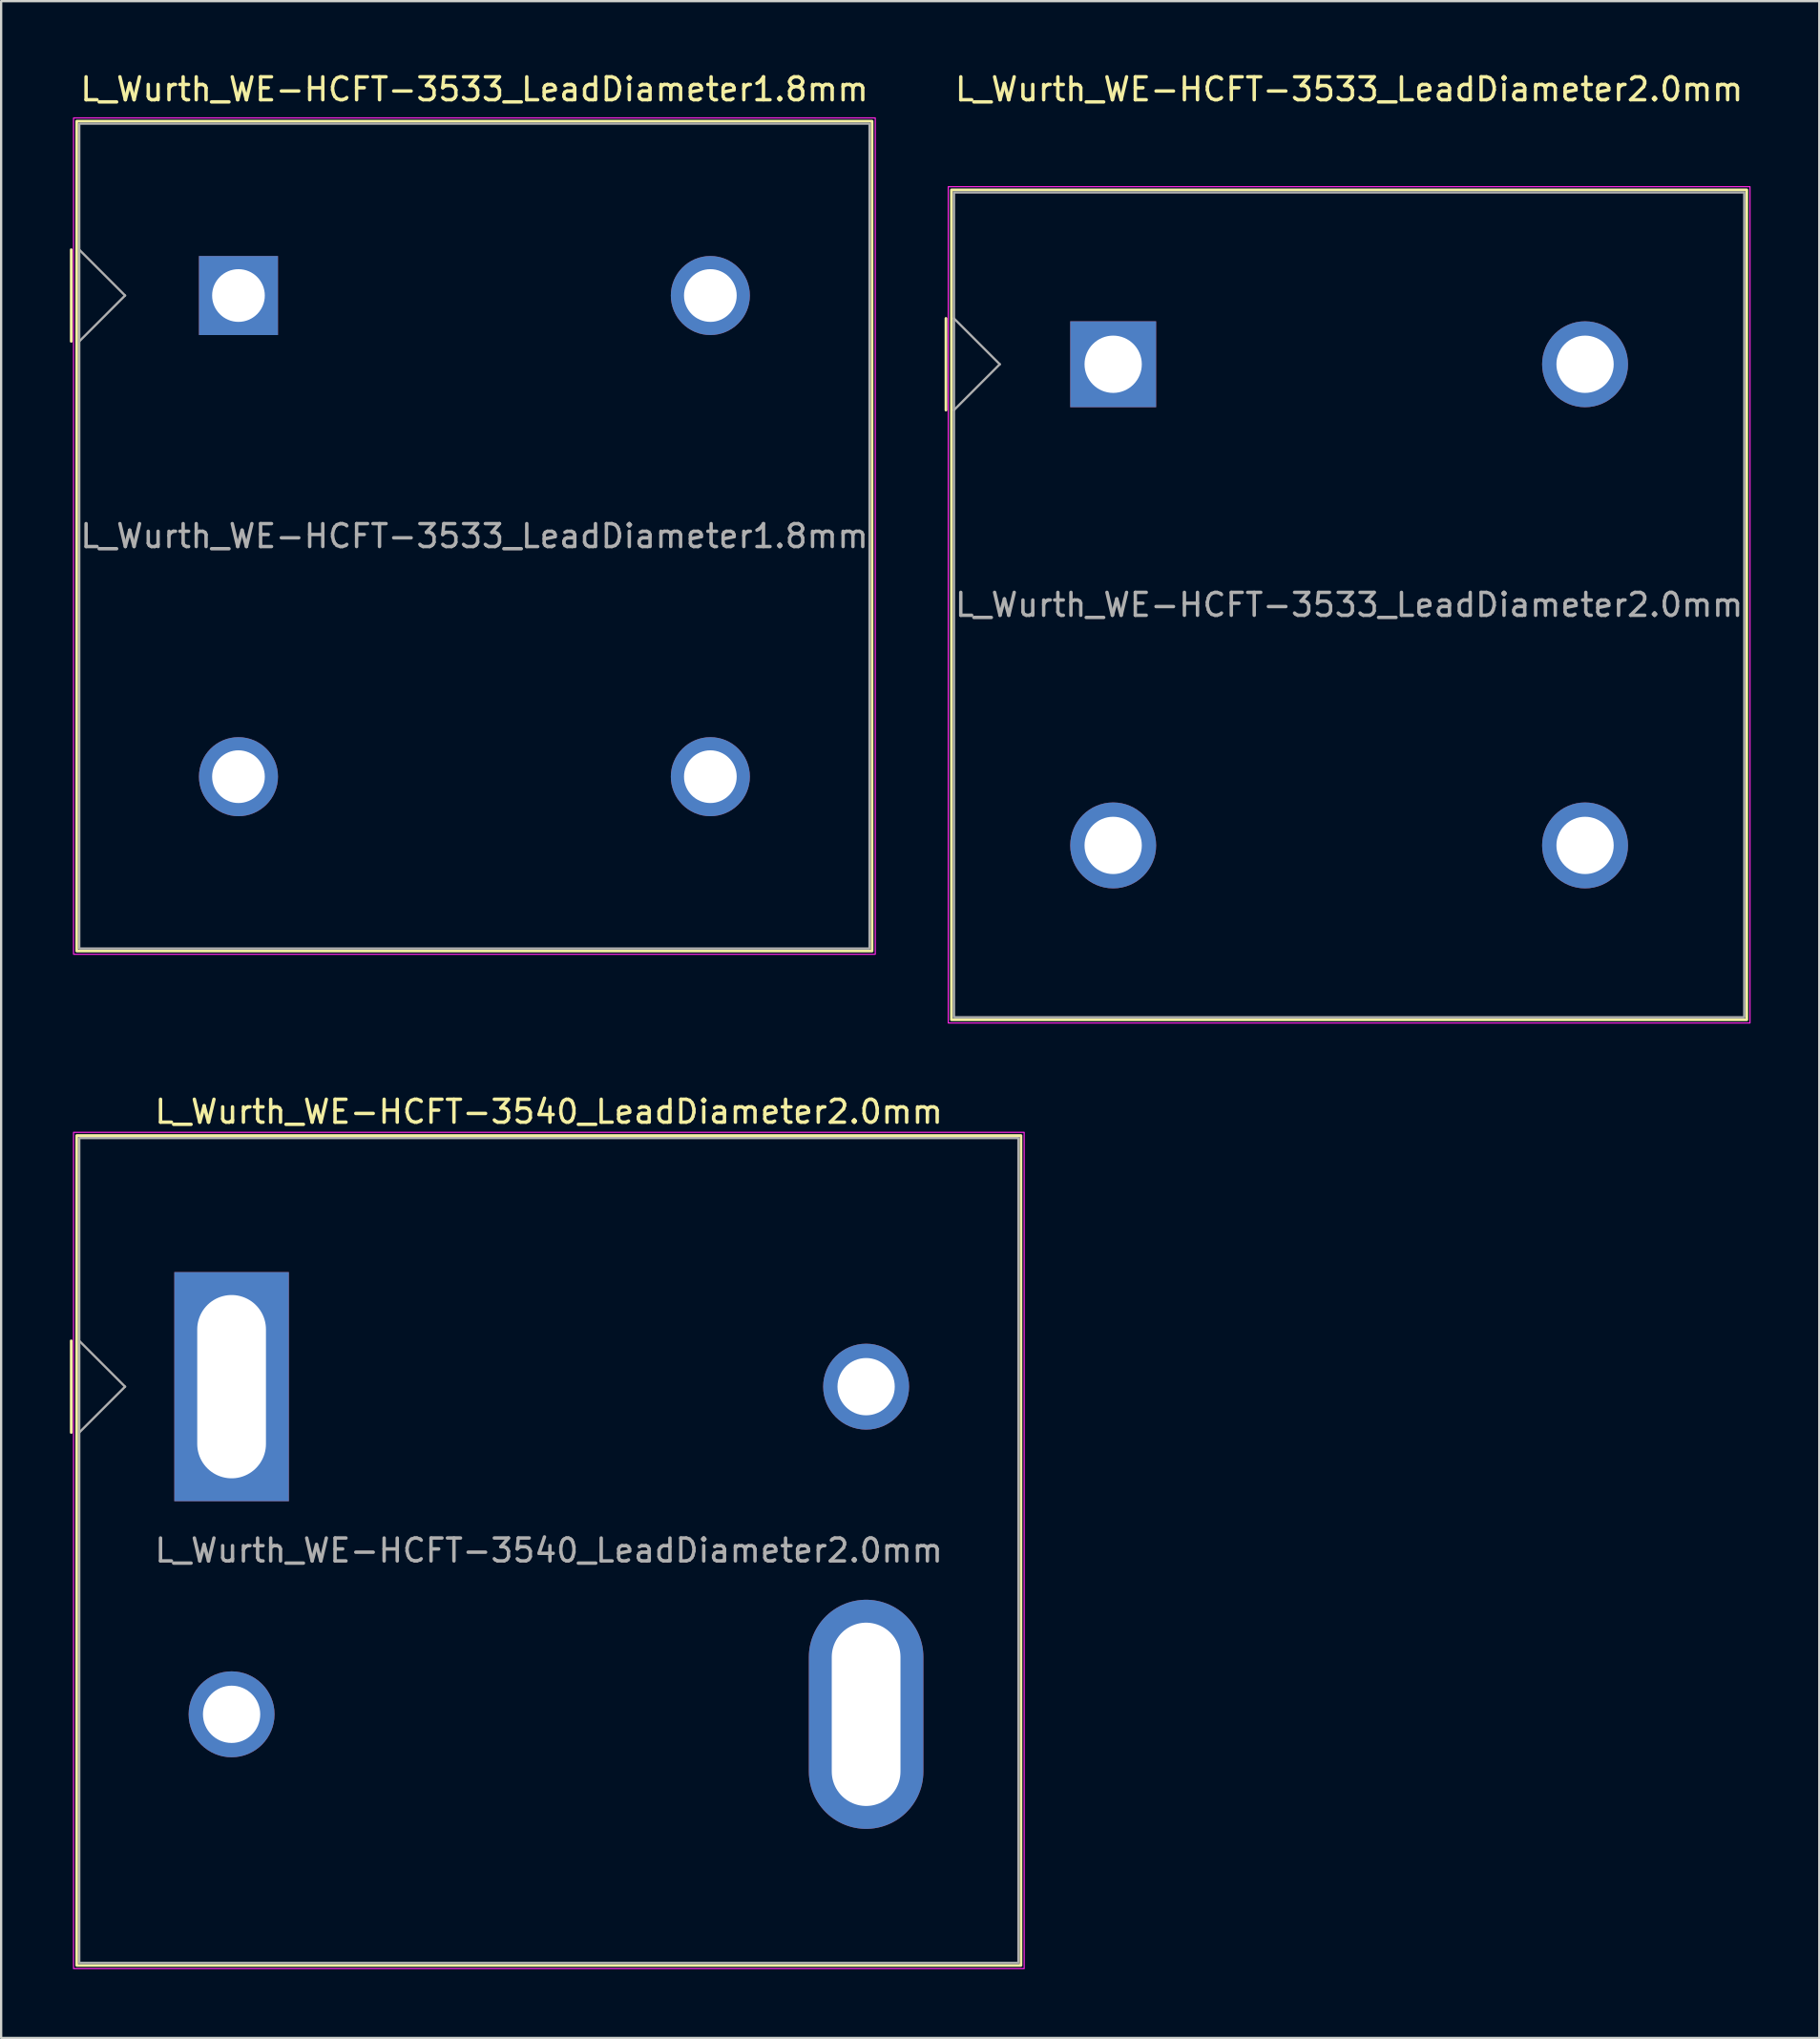
<source format=kicad_pcb>
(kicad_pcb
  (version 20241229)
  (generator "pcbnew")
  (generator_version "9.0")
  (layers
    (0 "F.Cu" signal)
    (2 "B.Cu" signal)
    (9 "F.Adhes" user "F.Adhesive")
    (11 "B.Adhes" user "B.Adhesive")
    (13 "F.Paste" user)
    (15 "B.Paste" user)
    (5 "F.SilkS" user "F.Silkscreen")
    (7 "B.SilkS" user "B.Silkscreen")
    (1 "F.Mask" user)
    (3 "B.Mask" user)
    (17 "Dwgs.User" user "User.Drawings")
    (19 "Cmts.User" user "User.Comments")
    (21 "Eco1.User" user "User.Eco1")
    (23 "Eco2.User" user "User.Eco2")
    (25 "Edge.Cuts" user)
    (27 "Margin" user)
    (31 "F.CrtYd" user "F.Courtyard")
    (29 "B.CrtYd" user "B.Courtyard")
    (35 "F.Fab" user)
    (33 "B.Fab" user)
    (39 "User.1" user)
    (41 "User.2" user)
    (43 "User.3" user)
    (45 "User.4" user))
  (footprint "L_Wurth_WE-HCFT-3540_LeadDiameter2.0mm"
    (layer "F.Cu")
    (at 7.06 57.471)
    (property "Reference" "L_Wurth_WE-HCFT-3540_LeadDiameter2.0mm" (at 13.85 -12 0) (unlocked yes) (layer "F.SilkS") (effects (font (size 1 1) (thickness 0.15))))
    (attr through_hole)
    (fp_line (start -7 2) (end -7 -2) (stroke (width 0.12) (type solid)) (layer "F.SilkS"))
    (fp_rect (start -6.76 -10.96) (end 34.46 25.26) (stroke (width 0.12) (type solid)) (fill no) (layer "F.SilkS"))
    (fp_rect (start -6.9 -11.1) (end 34.6 25.4) (stroke (width 0.05) (type solid)) (fill no) (layer "F.CrtYd"))
    (fp_line (start -6.65 -2) (end -4.65 0) (stroke (width 0.1) (type solid)) (layer "F.Fab"))
    (fp_line (start -4.65 0) (end -6.65 2) (stroke (width 0.1) (type solid)) (layer "F.Fab"))
    (fp_rect (start -6.65 -10.85) (end 34.35 25.15) (stroke (width 0.1) (type solid)) (fill no) (layer "F.Fab"))
    (fp_text user "${REFERENCE}" (at 13.85 7.15 0) (unlocked yes) (layer "F.Fab") (effects (font (size 1 1) (thickness 0.15))))
    (pad "" thru_hole circle (at 0 14.3) (size 3.75 3.75) (drill 2.5) (layers "*.Cu" "*.Mask"))
    (pad "" thru_hole circle (at 27.7 0) (size 3.75 3.75) (drill 2.5) (layers "*.Cu" "*.Mask"))
    (pad "1" thru_hole rect (at 0 0) (size 5 10) (drill oval 3 8) (layers "*.Cu" "*.Mask"))
    (pad "2" thru_hole oval (at 27.7 14.3) (size 5 10) (drill oval 3 8) (layers "*.Cu" "*.Mask")))
  (footprint "L_Wurth_WE-HCFT-3533_LeadDiameter1.8mm"
    (layer "F.Cu")
    (at 7.36 9.848)
    (property "Reference" "L_Wurth_WE-HCFT-3533_LeadDiameter1.8mm" (at 10.3 -9 0) (unlocked yes) (layer "F.SilkS") (effects (font (size 1 1) (thickness 0.15))))
    (attr through_hole)
    (fp_line (start -7.3 -2) (end -7.3 2) (stroke (width 0.12) (type solid)) (layer "F.SilkS"))
    (fp_rect (start -7.06 -7.61) (end 27.66 28.61) (stroke (width 0.12) (type solid)) (fill no) (layer "F.SilkS"))
    (fp_rect (start -7.2 -7.75) (end 27.8 28.75) (stroke (width 0.05) (type solid)) (fill no) (layer "F.CrtYd"))
    (fp_line (start -6.95 -2) (end -4.95 0) (stroke (width 0.1) (type solid)) (layer "F.Fab"))
    (fp_line (start -4.95 0) (end -6.95 2) (stroke (width 0.1) (type solid)) (layer "F.Fab"))
    (fp_rect (start -6.95 -7.5) (end 27.55 28.5) (stroke (width 0.1) (type solid)) (fill no) (layer "F.Fab"))
    (fp_text user "${REFERENCE}" (at 10.3 10.5 0) (unlocked yes) (layer "F.Fab") (effects (font (size 1 1) (thickness 0.15))))
    (pad "" thru_hole circle (at 0 21) (size 3.45 3.45) (drill 2.3) (layers "*.Cu" "*.Mask"))
    (pad "" thru_hole circle (at 20.6 0) (size 3.45 3.45) (drill 2.3) (layers "*.Cu" "*.Mask"))
    (pad "1" thru_hole rect (at 0 0) (size 3.45 3.45) (drill 2.3) (layers "*.Cu" "*.Mask"))
    (pad "2" thru_hole circle (at 20.6 21) (size 3.45 3.45) (drill 2.3) (layers "*.Cu" "*.Mask")))
  (footprint "L_Wurth_WE-HCFT-3533_LeadDiameter2.0mm"
    (layer "F.Cu")
    (at 45.545 12.848)
    (property "Reference" "L_Wurth_WE-HCFT-3533_LeadDiameter2.0mm" (at 10.3 -12 0) (unlocked yes) (layer "F.SilkS") (effects (font (size 1 1) (thickness 0.15))))
    (attr through_hole)
    (fp_line (start -7.3 -2) (end -7.3 2) (stroke (width 0.12) (type solid)) (layer "F.SilkS"))
    (fp_rect (start -7.06 -7.61) (end 27.66 28.61) (stroke (width 0.12) (type solid)) (fill no) (layer "F.SilkS"))
    (fp_rect (start -7.2 -7.75) (end 27.8 28.75) (stroke (width 0.05) (type solid)) (fill no) (layer "F.CrtYd"))
    (fp_line (start -6.95 -2) (end -4.95 0) (stroke (width 0.1) (type solid)) (layer "F.Fab"))
    (fp_line (start -4.95 0) (end -6.95 2) (stroke (width 0.1) (type solid)) (layer "F.Fab"))
    (fp_rect (start -6.95 -7.5) (end 27.55 28.5) (stroke (width 0.1) (type solid)) (fill no) (layer "F.Fab"))
    (fp_text user "${REFERENCE}" (at 10.3 10.5 0) (unlocked yes) (layer "F.Fab") (effects (font (size 1 1) (thickness 0.15))))
    (pad "" thru_hole circle (at 0 21) (size 3.75 3.75) (drill 2.5) (layers "*.Cu" "*.Mask"))
    (pad "" thru_hole circle (at 20.6 0) (size 3.75 3.75) (drill 2.5) (layers "*.Cu" "*.Mask"))
    (pad "1" thru_hole rect (at 0 0) (size 3.75 3.75) (drill 2.5) (layers "*.Cu" "*.Mask"))
    (pad "2" thru_hole circle (at 20.6 21) (size 3.75 3.75) (drill 2.5) (layers "*.Cu" "*.Mask")))
  (gr_rect
    (start -3 -3)
    (end 76.37 85.897)
    (stroke (width 0.1) (type default))
    (fill no)
    (layer "Edge.Cuts")))
</source>
